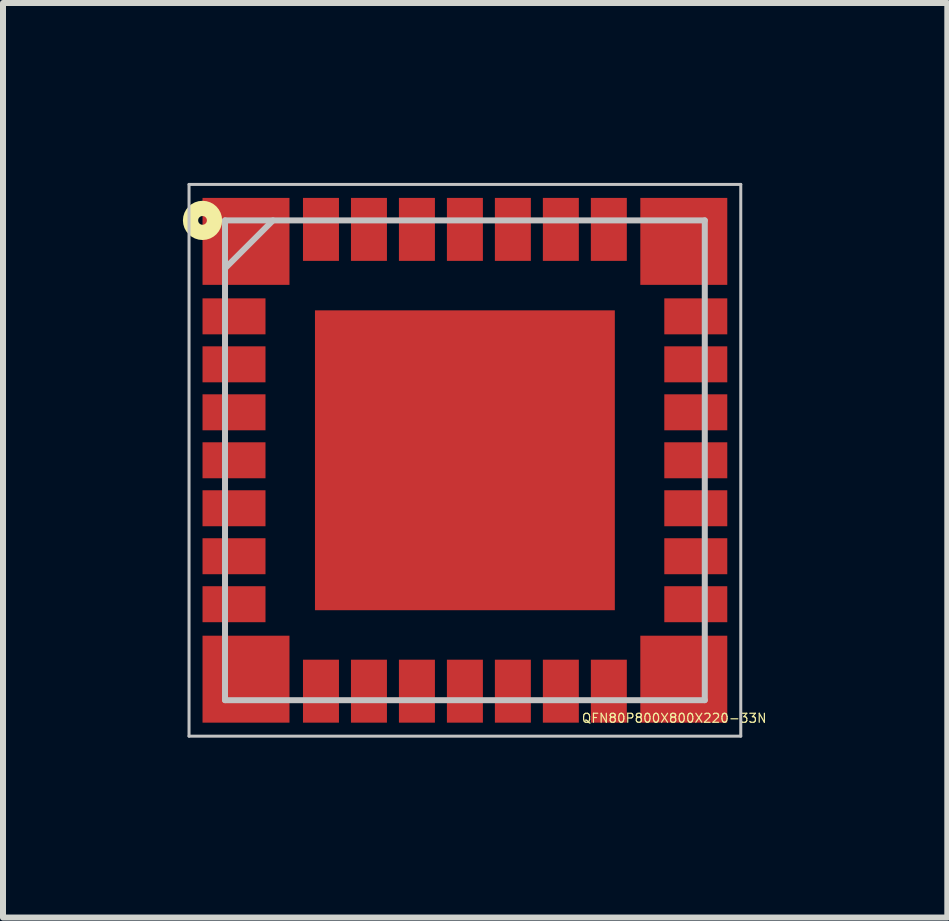
<source format=kicad_pcb>
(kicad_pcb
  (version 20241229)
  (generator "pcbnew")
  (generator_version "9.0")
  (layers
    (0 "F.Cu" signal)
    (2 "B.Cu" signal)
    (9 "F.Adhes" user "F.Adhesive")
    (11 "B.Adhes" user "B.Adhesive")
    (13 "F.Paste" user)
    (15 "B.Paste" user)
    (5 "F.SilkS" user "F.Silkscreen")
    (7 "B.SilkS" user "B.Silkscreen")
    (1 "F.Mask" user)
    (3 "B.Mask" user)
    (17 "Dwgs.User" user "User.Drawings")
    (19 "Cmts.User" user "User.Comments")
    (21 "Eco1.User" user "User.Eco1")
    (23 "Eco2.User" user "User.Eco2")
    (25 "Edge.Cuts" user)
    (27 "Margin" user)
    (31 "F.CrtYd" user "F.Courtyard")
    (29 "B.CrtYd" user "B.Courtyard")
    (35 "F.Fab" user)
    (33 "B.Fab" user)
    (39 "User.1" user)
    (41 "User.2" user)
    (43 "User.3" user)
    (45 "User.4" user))
  (footprint "QFN80P800X800X220-33N"
    (layer "F.Cu")
    (at 4.702 4.625)
    (property "Reference" "QFN80P800X800X220-33N" (at 3.49 4.3 180) (layer "F.SilkS") (effects (font (size 0.15 0.15) (thickness 0.02))))
    (attr smd)
    (fp_circle (center -4.375 -4) (end -4.175 -4) (stroke (width 0.254) (type solid)) (fill no) (layer "F.SilkS"))
    (fp_line (start -4.6 -4.6) (end 4.6 -4.6) (stroke (width 0.05) (type solid)) (layer "Dwgs.User"))
    (fp_line (start -4.6 4.6) (end -4.6 -4.6) (stroke (width 0.05) (type solid)) (layer "Dwgs.User"))
    (fp_line (start -4 -4) (end 4 -4) (stroke (width 0.1) (type solid)) (layer "Dwgs.User"))
    (fp_line (start -4 -3.2) (end -3.2 -4) (stroke (width 0.1) (type solid)) (layer "Dwgs.User"))
    (fp_line (start -4 4) (end -4 -4) (stroke (width 0.1) (type solid)) (layer "Dwgs.User"))
    (fp_line (start 4 -4) (end 4 4) (stroke (width 0.1) (type solid)) (layer "Dwgs.User"))
    (fp_line (start 4 4) (end -4 4) (stroke (width 0.1) (type solid)) (layer "Dwgs.User"))
    (fp_line (start 4.6 -4.6) (end 4.6 4.6) (stroke (width 0.05) (type solid)) (layer "Dwgs.User"))
    (fp_line (start 4.6 4.6) (end -4.6 4.6) (stroke (width 0.05) (type solid)) (layer "Dwgs.User"))
    (pad "1" smd rect (at -3.65 -3.65 90) (size 1.45 1.45) (layers "F.Cu" "F.Mask" "F.Paste"))
    (pad "2" smd rect (at -3.85 -2.4 90) (size 0.6 1.05) (layers "F.Cu" "F.Mask" "F.Paste"))
    (pad "3" smd rect (at -3.85 -1.6 90) (size 0.6 1.05) (layers "F.Cu" "F.Mask" "F.Paste"))
    (pad "4" smd rect (at -3.85 -0.8 90) (size 0.6 1.05) (layers "F.Cu" "F.Mask" "F.Paste"))
    (pad "5" smd rect (at -3.85 0 90) (size 0.6 1.05) (layers "F.Cu" "F.Mask" "F.Paste"))
    (pad "6" smd rect (at -3.85 0.8 90) (size 0.6 1.05) (layers "F.Cu" "F.Mask" "F.Paste"))
    (pad "7" smd rect (at -3.85 1.6 90) (size 0.6 1.05) (layers "F.Cu" "F.Mask" "F.Paste"))
    (pad "8" smd rect (at -3.85 2.4 90) (size 0.6 1.05) (layers "F.Cu" "F.Mask" "F.Paste"))
    (pad "9" smd rect (at -3.65 3.65) (size 1.45 1.45) (layers "F.Cu" "F.Mask" "F.Paste"))
    (pad "10" smd rect (at -2.4 3.85) (size 0.6 1.05) (layers "F.Cu" "F.Mask" "F.Paste"))
    (pad "11" smd rect (at -1.6 3.85) (size 0.6 1.05) (layers "F.Cu" "F.Mask" "F.Paste"))
    (pad "12" smd rect (at -0.8 3.85) (size 0.6 1.05) (layers "F.Cu" "F.Mask" "F.Paste"))
    (pad "13" smd rect (at 0 3.85) (size 0.6 1.05) (layers "F.Cu" "F.Mask" "F.Paste"))
    (pad "14" smd rect (at 0.8 3.85) (size 0.6 1.05) (layers "F.Cu" "F.Mask" "F.Paste"))
    (pad "15" smd rect (at 1.6 3.85) (size 0.6 1.05) (layers "F.Cu" "F.Mask" "F.Paste"))
    (pad "16" smd rect (at 2.4 3.85) (size 0.6 1.05) (layers "F.Cu" "F.Mask" "F.Paste"))
    (pad "17" smd rect (at 3.65 3.65 90) (size 1.45 1.45) (layers "F.Cu" "F.Mask" "F.Paste"))
    (pad "18" smd rect (at 3.85 2.4 90) (size 0.6 1.05) (layers "F.Cu" "F.Mask" "F.Paste"))
    (pad "19" smd rect (at 3.85 1.6 90) (size 0.6 1.05) (layers "F.Cu" "F.Mask" "F.Paste"))
    (pad "20" smd rect (at 3.85 0.8 90) (size 0.6 1.05) (layers "F.Cu" "F.Mask" "F.Paste"))
    (pad "21" smd rect (at 3.85 0 90) (size 0.6 1.05) (layers "F.Cu" "F.Mask" "F.Paste"))
    (pad "22" smd rect (at 3.85 -0.8 90) (size 0.6 1.05) (layers "F.Cu" "F.Mask" "F.Paste"))
    (pad "23" smd rect (at 3.85 -1.6 90) (size 0.6 1.05) (layers "F.Cu" "F.Mask" "F.Paste"))
    (pad "24" smd rect (at 3.85 -2.4 90) (size 0.6 1.05) (layers "F.Cu" "F.Mask" "F.Paste"))
    (pad "25" smd rect (at 3.65 -3.65) (size 1.45 1.45) (layers "F.Cu" "F.Mask" "F.Paste"))
    (pad "26" smd rect (at 2.4 -3.85) (size 0.6 1.05) (layers "F.Cu" "F.Mask" "F.Paste"))
    (pad "27" smd rect (at 1.6 -3.85) (size 0.6 1.05) (layers "F.Cu" "F.Mask" "F.Paste"))
    (pad "28" smd rect (at 0.8 -3.85) (size 0.6 1.05) (layers "F.Cu" "F.Mask" "F.Paste"))
    (pad "29" smd rect (at 0 -3.85) (size 0.6 1.05) (layers "F.Cu" "F.Mask" "F.Paste"))
    (pad "30" smd rect (at -0.8 -3.85) (size 0.6 1.05) (layers "F.Cu" "F.Mask" "F.Paste"))
    (pad "31" smd rect (at -1.6 -3.85) (size 0.6 1.05) (layers "F.Cu" "F.Mask" "F.Paste"))
    (pad "32" smd rect (at -2.4 -3.85) (size 0.6 1.05) (layers "F.Cu" "F.Mask" "F.Paste"))
    (pad "33" smd rect (at 0 0) (size 5 5) (layers "F.Cu" "F.Mask" "F.Paste")))
  (gr_rect
    (start -3 -3)
    (end 12.746 12.25)
    (stroke (width 0.1) (type default))
    (fill no)
    (layer "Edge.Cuts")))
</source>
